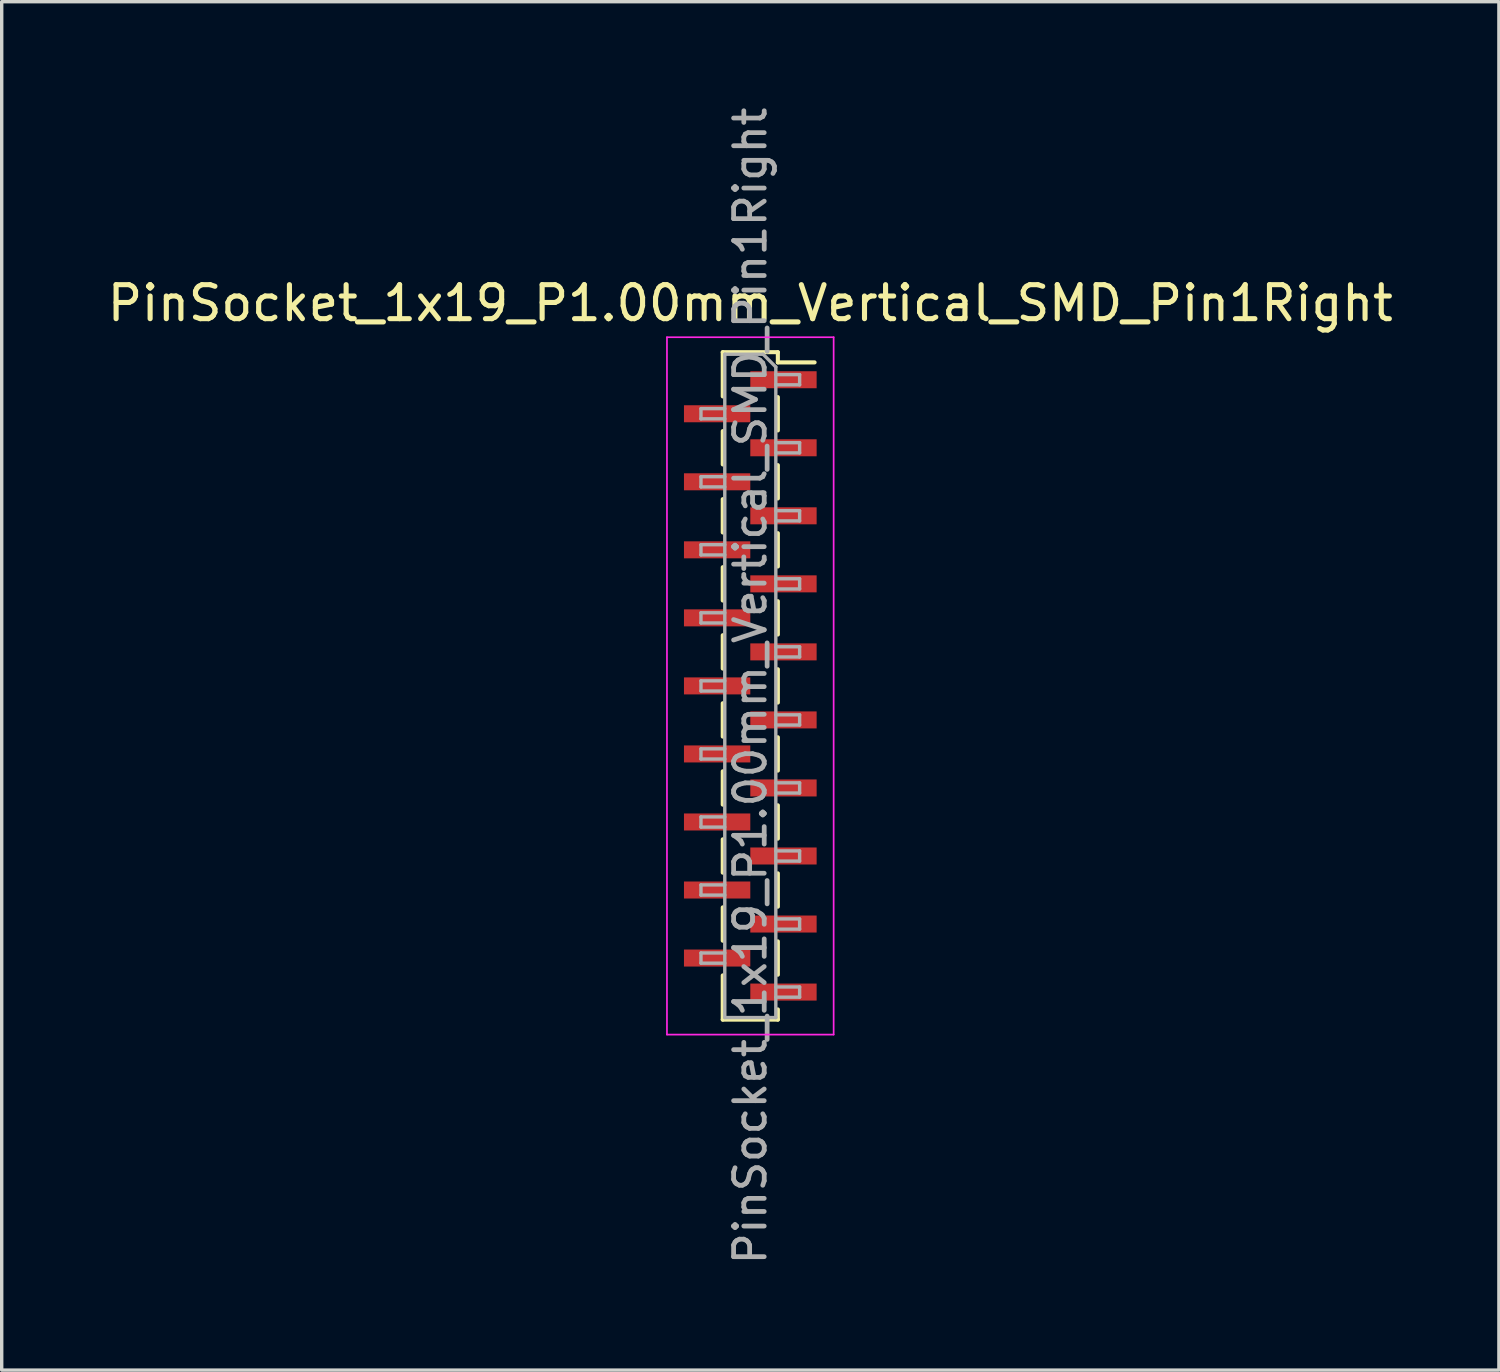
<source format=kicad_pcb>
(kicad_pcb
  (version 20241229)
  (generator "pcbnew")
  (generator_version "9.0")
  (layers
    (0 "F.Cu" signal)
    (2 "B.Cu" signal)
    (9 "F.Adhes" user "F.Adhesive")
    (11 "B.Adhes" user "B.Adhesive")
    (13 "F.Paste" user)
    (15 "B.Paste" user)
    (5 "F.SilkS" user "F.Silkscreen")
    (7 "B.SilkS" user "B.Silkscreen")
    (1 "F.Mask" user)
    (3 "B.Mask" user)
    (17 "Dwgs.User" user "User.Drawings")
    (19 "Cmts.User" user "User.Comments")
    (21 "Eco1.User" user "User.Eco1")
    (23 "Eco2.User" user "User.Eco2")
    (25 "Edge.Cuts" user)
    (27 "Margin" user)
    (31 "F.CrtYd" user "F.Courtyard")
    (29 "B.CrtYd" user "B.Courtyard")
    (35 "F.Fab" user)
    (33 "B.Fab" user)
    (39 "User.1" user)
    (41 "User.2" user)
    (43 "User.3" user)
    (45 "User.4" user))
  (footprint "PinSocket_1x19_P1.00mm_Vertical_SMD_Pin1Right"
    (layer "F.Cu")
    (at 19.006 17.113)
    (property "Reference" "PinSocket_1x19_P1.00mm_Vertical_SMD_Pin1Right" (at 0 -11.25 0) (layer "F.SilkS") (effects (font (size 1 1) (thickness 0.15))))
    (attr smd)
    (fp_line (start -0.81 -9.81) (end -0.81 -8.51) (stroke (width 0.12) (type solid)) (layer "F.SilkS"))
    (fp_line (start -0.81 -9.81) (end 0.81 -9.81) (stroke (width 0.12) (type solid)) (layer "F.SilkS"))
    (fp_line (start -0.81 -7.49) (end -0.81 -6.51) (stroke (width 0.12) (type solid)) (layer "F.SilkS"))
    (fp_line (start -0.81 -5.49) (end -0.81 -4.51) (stroke (width 0.12) (type solid)) (layer "F.SilkS"))
    (fp_line (start -0.81 -3.49) (end -0.81 -2.51) (stroke (width 0.12) (type solid)) (layer "F.SilkS"))
    (fp_line (start -0.81 -1.49) (end -0.81 -0.51) (stroke (width 0.12) (type solid)) (layer "F.SilkS"))
    (fp_line (start -0.81 0.51) (end -0.81 1.49) (stroke (width 0.12) (type solid)) (layer "F.SilkS"))
    (fp_line (start -0.81 2.51) (end -0.81 3.49) (stroke (width 0.12) (type solid)) (layer "F.SilkS"))
    (fp_line (start -0.81 4.51) (end -0.81 5.49) (stroke (width 0.12) (type solid)) (layer "F.SilkS"))
    (fp_line (start -0.81 6.51) (end -0.81 7.49) (stroke (width 0.12) (type solid)) (layer "F.SilkS"))
    (fp_line (start -0.81 8.51) (end -0.81 9.81) (stroke (width 0.12) (type solid)) (layer "F.SilkS"))
    (fp_line (start -0.81 9.81) (end 0.81 9.81) (stroke (width 0.12) (type solid)) (layer "F.SilkS"))
    (fp_line (start 0.81 -9.81) (end 0.81 -9.51) (stroke (width 0.12) (type solid)) (layer "F.SilkS"))
    (fp_line (start 0.81 -9.51) (end 1.89 -9.51) (stroke (width 0.12) (type solid)) (layer "F.SilkS"))
    (fp_line (start 0.81 -8.49) (end 0.81 -7.51) (stroke (width 0.12) (type solid)) (layer "F.SilkS"))
    (fp_line (start 0.81 -6.49) (end 0.81 -5.51) (stroke (width 0.12) (type solid)) (layer "F.SilkS"))
    (fp_line (start 0.81 -4.49) (end 0.81 -3.51) (stroke (width 0.12) (type solid)) (layer "F.SilkS"))
    (fp_line (start 0.81 -2.49) (end 0.81 -1.51) (stroke (width 0.12) (type solid)) (layer "F.SilkS"))
    (fp_line (start 0.81 -0.49) (end 0.81 0.49) (stroke (width 0.12) (type solid)) (layer "F.SilkS"))
    (fp_line (start 0.81 1.51) (end 0.81 2.49) (stroke (width 0.12) (type solid)) (layer "F.SilkS"))
    (fp_line (start 0.81 3.51) (end 0.81 4.49) (stroke (width 0.12) (type solid)) (layer "F.SilkS"))
    (fp_line (start 0.81 5.51) (end 0.81 6.49) (stroke (width 0.12) (type solid)) (layer "F.SilkS"))
    (fp_line (start 0.81 7.51) (end 0.81 8.49) (stroke (width 0.12) (type solid)) (layer "F.SilkS"))
    (fp_line (start 0.81 9.51) (end 0.81 9.81) (stroke (width 0.12) (type solid)) (layer "F.SilkS"))
    (fp_line (start -2.45 -10.25) (end 2.45 -10.25) (stroke (width 0.05) (type solid)) (layer "F.CrtYd"))
    (fp_line (start -2.45 10.25) (end -2.45 -10.25) (stroke (width 0.05) (type solid)) (layer "F.CrtYd"))
    (fp_line (start 2.45 -10.25) (end 2.45 10.25) (stroke (width 0.05) (type solid)) (layer "F.CrtYd"))
    (fp_line (start 2.45 10.25) (end -2.45 10.25) (stroke (width 0.05) (type solid)) (layer "F.CrtYd"))
    (fp_line (start -1.45 -8.15) (end -0.75 -8.15) (stroke (width 0.1) (type solid)) (layer "F.Fab"))
    (fp_line (start -1.45 -7.85) (end -1.45 -8.15) (stroke (width 0.1) (type solid)) (layer "F.Fab"))
    (fp_line (start -1.45 -6.15) (end -0.75 -6.15) (stroke (width 0.1) (type solid)) (layer "F.Fab"))
    (fp_line (start -1.45 -5.85) (end -1.45 -6.15) (stroke (width 0.1) (type solid)) (layer "F.Fab"))
    (fp_line (start -1.45 -4.15) (end -0.75 -4.15) (stroke (width 0.1) (type solid)) (layer "F.Fab"))
    (fp_line (start -1.45 -3.85) (end -1.45 -4.15) (stroke (width 0.1) (type solid)) (layer "F.Fab"))
    (fp_line (start -1.45 -2.15) (end -0.75 -2.15) (stroke (width 0.1) (type solid)) (layer "F.Fab"))
    (fp_line (start -1.45 -1.85) (end -1.45 -2.15) (stroke (width 0.1) (type solid)) (layer "F.Fab"))
    (fp_line (start -1.45 -0.15) (end -0.75 -0.15) (stroke (width 0.1) (type solid)) (layer "F.Fab"))
    (fp_line (start -1.45 0.15) (end -1.45 -0.15) (stroke (width 0.1) (type solid)) (layer "F.Fab"))
    (fp_line (start -1.45 1.85) (end -0.75 1.85) (stroke (width 0.1) (type solid)) (layer "F.Fab"))
    (fp_line (start -1.45 2.15) (end -1.45 1.85) (stroke (width 0.1) (type solid)) (layer "F.Fab"))
    (fp_line (start -1.45 3.85) (end -0.75 3.85) (stroke (width 0.1) (type solid)) (layer "F.Fab"))
    (fp_line (start -1.45 4.15) (end -1.45 3.85) (stroke (width 0.1) (type solid)) (layer "F.Fab"))
    (fp_line (start -1.45 5.85) (end -0.75 5.85) (stroke (width 0.1) (type solid)) (layer "F.Fab"))
    (fp_line (start -1.45 6.15) (end -1.45 5.85) (stroke (width 0.1) (type solid)) (layer "F.Fab"))
    (fp_line (start -1.45 7.85) (end -0.75 7.85) (stroke (width 0.1) (type solid)) (layer "F.Fab"))
    (fp_line (start -1.45 8.15) (end -1.45 7.85) (stroke (width 0.1) (type solid)) (layer "F.Fab"))
    (fp_line (start -0.75 -9.75) (end 0.375 -9.75) (stroke (width 0.1) (type solid)) (layer "F.Fab"))
    (fp_line (start -0.75 -7.85) (end -1.45 -7.85) (stroke (width 0.1) (type solid)) (layer "F.Fab"))
    (fp_line (start -0.75 -5.85) (end -1.45 -5.85) (stroke (width 0.1) (type solid)) (layer "F.Fab"))
    (fp_line (start -0.75 -3.85) (end -1.45 -3.85) (stroke (width 0.1) (type solid)) (layer "F.Fab"))
    (fp_line (start -0.75 -1.85) (end -1.45 -1.85) (stroke (width 0.1) (type solid)) (layer "F.Fab"))
    (fp_line (start -0.75 0.15) (end -1.45 0.15) (stroke (width 0.1) (type solid)) (layer "F.Fab"))
    (fp_line (start -0.75 2.15) (end -1.45 2.15) (stroke (width 0.1) (type solid)) (layer "F.Fab"))
    (fp_line (start -0.75 4.15) (end -1.45 4.15) (stroke (width 0.1) (type solid)) (layer "F.Fab"))
    (fp_line (start -0.75 6.15) (end -1.45 6.15) (stroke (width 0.1) (type solid)) (layer "F.Fab"))
    (fp_line (start -0.75 8.15) (end -1.45 8.15) (stroke (width 0.1) (type solid)) (layer "F.Fab"))
    (fp_line (start -0.75 9.75) (end -0.75 -9.75) (stroke (width 0.1) (type solid)) (layer "F.Fab"))
    (fp_line (start 0.375 -9.75) (end 0.75 -9.375) (stroke (width 0.1) (type solid)) (layer "F.Fab"))
    (fp_line (start 0.75 -9.375) (end 0.75 9.75) (stroke (width 0.1) (type solid)) (layer "F.Fab"))
    (fp_line (start 0.75 -9.15) (end 1.45 -9.15) (stroke (width 0.1) (type solid)) (layer "F.Fab"))
    (fp_line (start 0.75 -7.15) (end 1.45 -7.15) (stroke (width 0.1) (type solid)) (layer "F.Fab"))
    (fp_line (start 0.75 -5.15) (end 1.45 -5.15) (stroke (width 0.1) (type solid)) (layer "F.Fab"))
    (fp_line (start 0.75 -3.15) (end 1.45 -3.15) (stroke (width 0.1) (type solid)) (layer "F.Fab"))
    (fp_line (start 0.75 -1.15) (end 1.45 -1.15) (stroke (width 0.1) (type solid)) (layer "F.Fab"))
    (fp_line (start 0.75 0.85) (end 1.45 0.85) (stroke (width 0.1) (type solid)) (layer "F.Fab"))
    (fp_line (start 0.75 2.85) (end 1.45 2.85) (stroke (width 0.1) (type solid)) (layer "F.Fab"))
    (fp_line (start 0.75 4.85) (end 1.45 4.85) (stroke (width 0.1) (type solid)) (layer "F.Fab"))
    (fp_line (start 0.75 6.85) (end 1.45 6.85) (stroke (width 0.1) (type solid)) (layer "F.Fab"))
    (fp_line (start 0.75 8.85) (end 1.45 8.85) (stroke (width 0.1) (type solid)) (layer "F.Fab"))
    (fp_line (start 0.75 9.75) (end -0.75 9.75) (stroke (width 0.1) (type solid)) (layer "F.Fab"))
    (fp_line (start 1.45 -9.15) (end 1.45 -8.85) (stroke (width 0.1) (type solid)) (layer "F.Fab"))
    (fp_line (start 1.45 -8.85) (end 0.75 -8.85) (stroke (width 0.1) (type solid)) (layer "F.Fab"))
    (fp_line (start 1.45 -7.15) (end 1.45 -6.85) (stroke (width 0.1) (type solid)) (layer "F.Fab"))
    (fp_line (start 1.45 -6.85) (end 0.75 -6.85) (stroke (width 0.1) (type solid)) (layer "F.Fab"))
    (fp_line (start 1.45 -5.15) (end 1.45 -4.85) (stroke (width 0.1) (type solid)) (layer "F.Fab"))
    (fp_line (start 1.45 -4.85) (end 0.75 -4.85) (stroke (width 0.1) (type solid)) (layer "F.Fab"))
    (fp_line (start 1.45 -3.15) (end 1.45 -2.85) (stroke (width 0.1) (type solid)) (layer "F.Fab"))
    (fp_line (start 1.45 -2.85) (end 0.75 -2.85) (stroke (width 0.1) (type solid)) (layer "F.Fab"))
    (fp_line (start 1.45 -1.15) (end 1.45 -0.85) (stroke (width 0.1) (type solid)) (layer "F.Fab"))
    (fp_line (start 1.45 -0.85) (end 0.75 -0.85) (stroke (width 0.1) (type solid)) (layer "F.Fab"))
    (fp_line (start 1.45 0.85) (end 1.45 1.15) (stroke (width 0.1) (type solid)) (layer "F.Fab"))
    (fp_line (start 1.45 1.15) (end 0.75 1.15) (stroke (width 0.1) (type solid)) (layer "F.Fab"))
    (fp_line (start 1.45 2.85) (end 1.45 3.15) (stroke (width 0.1) (type solid)) (layer "F.Fab"))
    (fp_line (start 1.45 3.15) (end 0.75 3.15) (stroke (width 0.1) (type solid)) (layer "F.Fab"))
    (fp_line (start 1.45 4.85) (end 1.45 5.15) (stroke (width 0.1) (type solid)) (layer "F.Fab"))
    (fp_line (start 1.45 5.15) (end 0.75 5.15) (stroke (width 0.1) (type solid)) (layer "F.Fab"))
    (fp_line (start 1.45 6.85) (end 1.45 7.15) (stroke (width 0.1) (type solid)) (layer "F.Fab"))
    (fp_line (start 1.45 7.15) (end 0.75 7.15) (stroke (width 0.1) (type solid)) (layer "F.Fab"))
    (fp_line (start 1.45 8.85) (end 1.45 9.15) (stroke (width 0.1) (type solid)) (layer "F.Fab"))
    (fp_line (start 1.45 9.15) (end 0.75 9.15) (stroke (width 0.1) (type solid)) (layer "F.Fab"))
    (fp_text user "${REFERENCE}" (at 0 0 90) (layer "F.Fab") (effects (font (size 0.9 0.9) (thickness 0.14))))
    (pad "1" smd rect (at 0.975 -9) (size 1.95 0.5) (layers "F.Cu" "F.Mask" "F.Paste"))
    (pad "2" smd rect (at -0.975 -8) (size 1.95 0.5) (layers "F.Cu" "F.Mask" "F.Paste"))
    (pad "3" smd rect (at 0.975 -7) (size 1.95 0.5) (layers "F.Cu" "F.Mask" "F.Paste"))
    (pad "4" smd rect (at -0.975 -6) (size 1.95 0.5) (layers "F.Cu" "F.Mask" "F.Paste"))
    (pad "5" smd rect (at 0.975 -5) (size 1.95 0.5) (layers "F.Cu" "F.Mask" "F.Paste"))
    (pad "6" smd rect (at -0.975 -4) (size 1.95 0.5) (layers "F.Cu" "F.Mask" "F.Paste"))
    (pad "7" smd rect (at 0.975 -3) (size 1.95 0.5) (layers "F.Cu" "F.Mask" "F.Paste"))
    (pad "8" smd rect (at -0.975 -2) (size 1.95 0.5) (layers "F.Cu" "F.Mask" "F.Paste"))
    (pad "9" smd rect (at 0.975 -1) (size 1.95 0.5) (layers "F.Cu" "F.Mask" "F.Paste"))
    (pad "10" smd rect (at -0.975 0) (size 1.95 0.5) (layers "F.Cu" "F.Mask" "F.Paste"))
    (pad "11" smd rect (at 0.975 1) (size 1.95 0.5) (layers "F.Cu" "F.Mask" "F.Paste"))
    (pad "12" smd rect (at -0.975 2) (size 1.95 0.5) (layers "F.Cu" "F.Mask" "F.Paste"))
    (pad "13" smd rect (at 0.975 3) (size 1.95 0.5) (layers "F.Cu" "F.Mask" "F.Paste"))
    (pad "14" smd rect (at -0.975 4) (size 1.95 0.5) (layers "F.Cu" "F.Mask" "F.Paste"))
    (pad "15" smd rect (at 0.975 5) (size 1.95 0.5) (layers "F.Cu" "F.Mask" "F.Paste"))
    (pad "16" smd rect (at -0.975 6) (size 1.95 0.5) (layers "F.Cu" "F.Mask" "F.Paste"))
    (pad "17" smd rect (at 0.975 7) (size 1.95 0.5) (layers "F.Cu" "F.Mask" "F.Paste"))
    (pad "18" smd rect (at -0.975 8) (size 1.95 0.5) (layers "F.Cu" "F.Mask" "F.Paste"))
    (pad "19" smd rect (at 0.975 9) (size 1.95 0.5) (layers "F.Cu" "F.Mask" "F.Paste")))
  (gr_rect
    (start -3 -3)
    (end 41.012 37.226)
    (stroke (width 0.1) (type default))
    (fill no)
    (layer "Edge.Cuts")))
</source>
